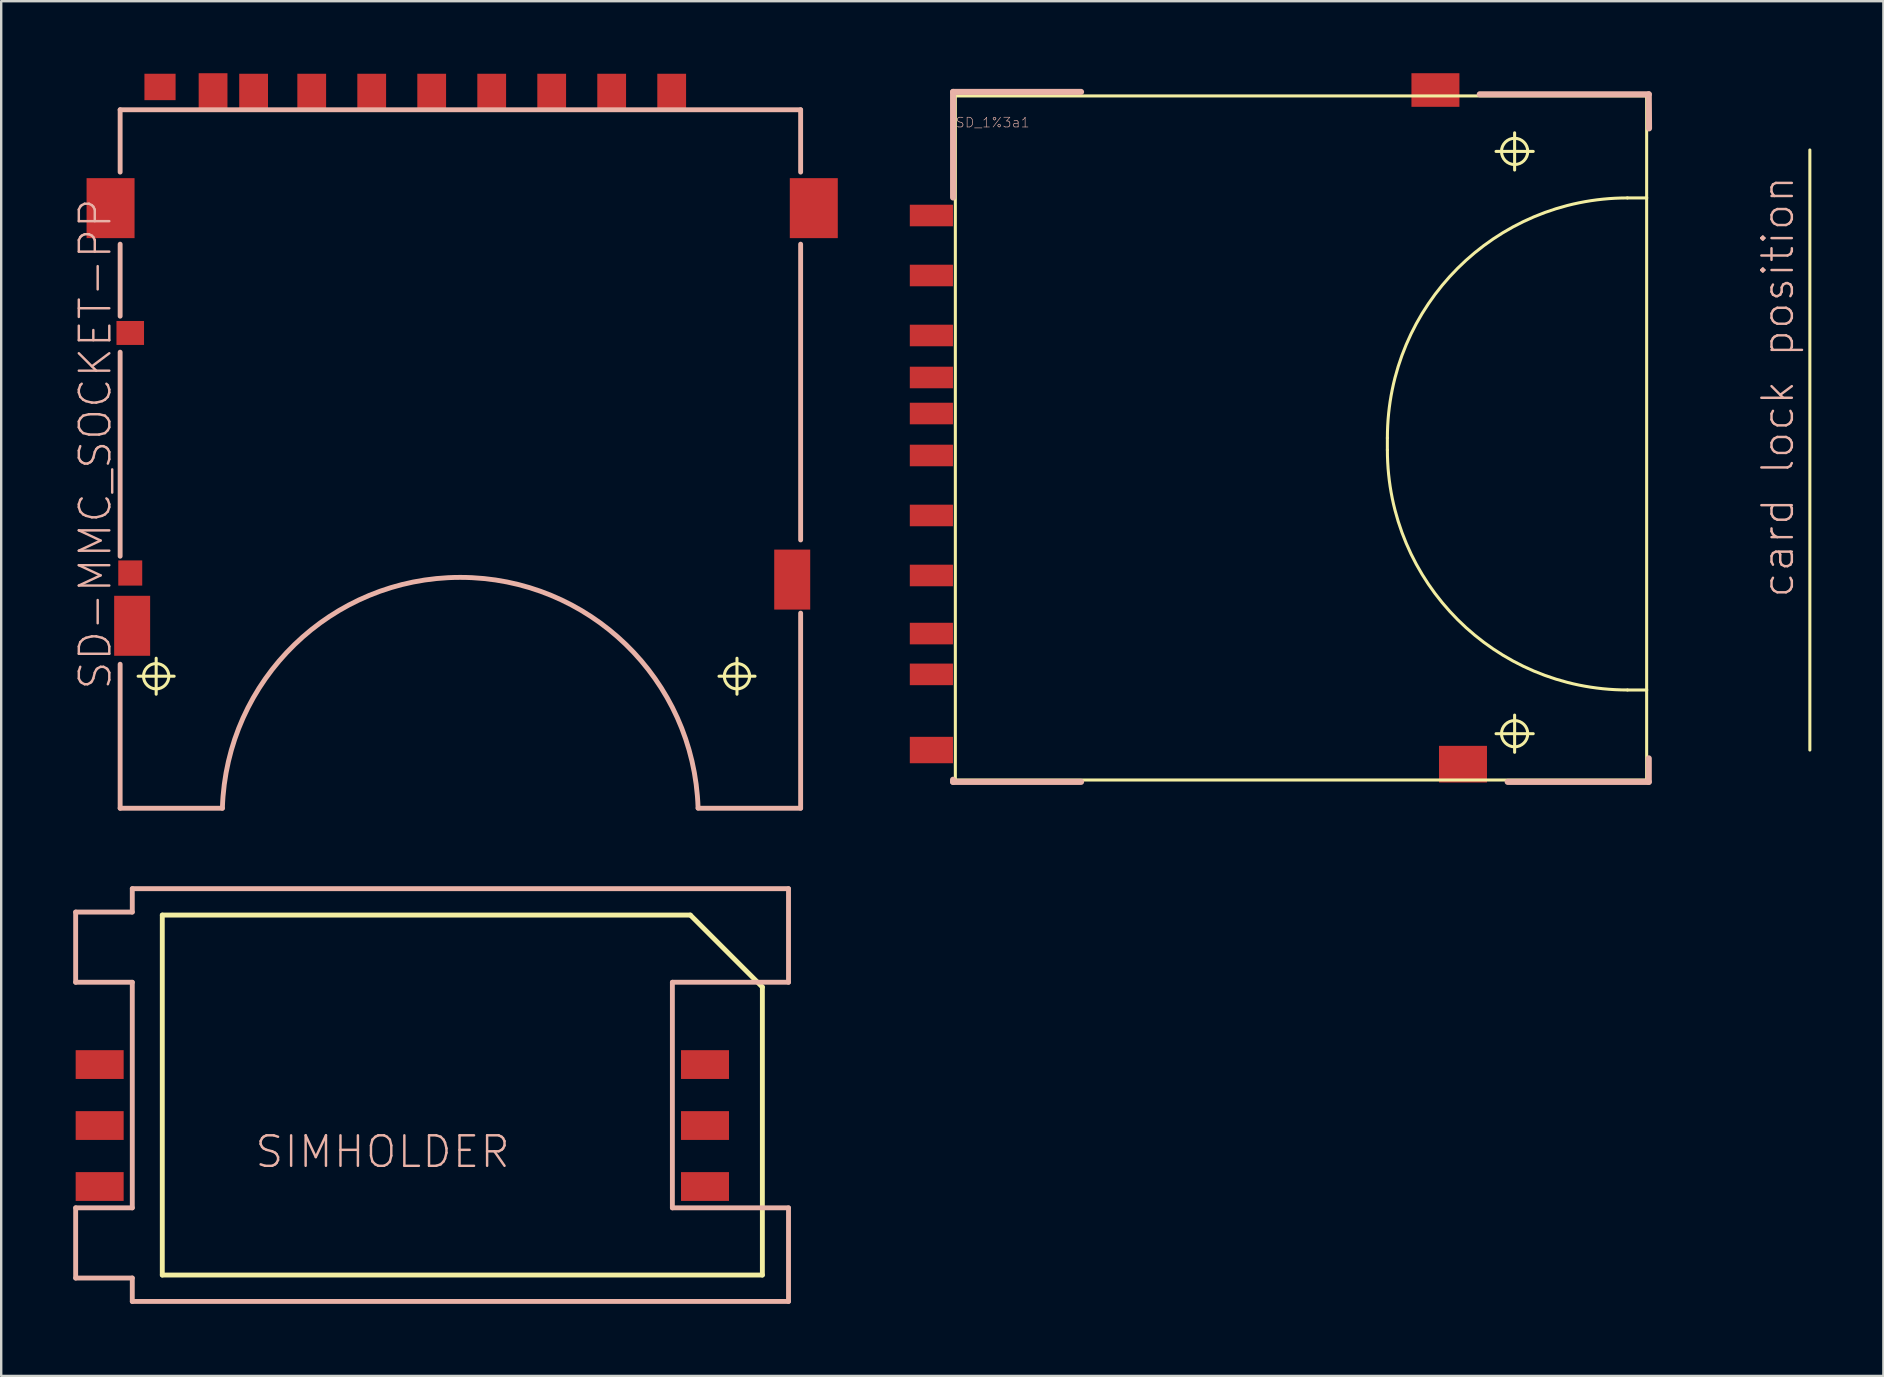
<source format=kicad_pcb>
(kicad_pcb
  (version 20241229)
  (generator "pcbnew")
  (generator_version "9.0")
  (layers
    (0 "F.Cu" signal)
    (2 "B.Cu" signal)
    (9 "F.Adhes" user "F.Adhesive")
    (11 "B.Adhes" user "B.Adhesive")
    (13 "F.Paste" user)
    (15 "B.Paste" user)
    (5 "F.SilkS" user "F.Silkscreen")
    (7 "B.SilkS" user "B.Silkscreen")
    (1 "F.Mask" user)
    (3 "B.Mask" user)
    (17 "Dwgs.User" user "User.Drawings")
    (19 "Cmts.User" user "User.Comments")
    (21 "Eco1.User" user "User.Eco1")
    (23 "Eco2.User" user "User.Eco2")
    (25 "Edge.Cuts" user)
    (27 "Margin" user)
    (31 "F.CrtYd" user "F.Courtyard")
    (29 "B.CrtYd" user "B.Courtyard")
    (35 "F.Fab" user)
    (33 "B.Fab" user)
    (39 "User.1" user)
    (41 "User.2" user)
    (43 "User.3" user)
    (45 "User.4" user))
  (footprint "SD_1%3a1"
    (layer "F.Cu")
    (at 36.749 15.196)
    (property "Reference" "SD_1%3a1" (at 1.554 -13.142 0) (layer "B.SilkS") (effects (font (size 0.406 0.406) (thickness 0.025))))
    (attr smd)
    (fp_line (start 0 -14.249) (end 28.799 -14.249) (stroke (width 0.127) (type solid)) (layer "F.SilkS"))
    (fp_line (start 0 14.249) (end 0 -14.249) (stroke (width 0.127) (type solid)) (layer "F.SilkS"))
    (fp_line (start 17.998 0) (end 17.998 0.498) (stroke (width 0.127) (type solid)) (layer "F.SilkS"))
    (fp_line (start 22.525 -11.938) (end 24.074 -11.938) (stroke (width 0.127) (type solid)) (layer "F.SilkS"))
    (fp_line (start 22.525 12.319) (end 24.074 12.319) (stroke (width 0.127) (type solid)) (layer "F.SilkS"))
    (fp_line (start 23.299 -11.163) (end 23.299 -12.713) (stroke (width 0.127) (type solid)) (layer "F.SilkS"))
    (fp_line (start 23.299 13.094) (end 23.299 11.544) (stroke (width 0.127) (type solid)) (layer "F.SilkS"))
    (fp_line (start 27.998 10.498) (end 28.799 10.498) (stroke (width 0.127) (type solid)) (layer "F.SilkS"))
    (fp_line (start 28.799 -14.249) (end 28.799 -10) (stroke (width 0.127) (type solid)) (layer "F.SilkS"))
    (fp_line (start 28.799 -10) (end 27.998 -10) (stroke (width 0.127) (type solid)) (layer "F.SilkS"))
    (fp_line (start 28.799 -10) (end 28.799 10.498) (stroke (width 0.127) (type solid)) (layer "F.SilkS"))
    (fp_line (start 28.799 10.498) (end 28.799 14.249) (stroke (width 0.127) (type solid)) (layer "F.SilkS"))
    (fp_line (start 28.799 14.249) (end 0 14.249) (stroke (width 0.127) (type solid)) (layer "F.SilkS"))
    (fp_line (start 35.598 -11.999) (end 35.598 13) (stroke (width 0.127) (type solid)) (layer "F.SilkS"))
    (fp_arc (start 17.99844 0) (mid 20.927366 -7.071054) (end 27.99842 -9.99998) (stroke (width 0.127) (type solid)) (layer "F.SilkS"))
    (fp_arc (start 27.99842 10.49782) (mid 20.927366 7.568894) (end 17.99844 0.49784) (stroke (width 0.127) (type solid)) (layer "F.SilkS"))
    (fp_circle (center 23.299 -11.938) (end 23.686 -12.324) (stroke (width 0.127) (type solid)) (fill no) (layer "F.SilkS"))
    (fp_circle (center 23.299 12.319) (end 23.686 12.705) (stroke (width 0.127) (type solid)) (fill no) (layer "F.SilkS"))
    (fp_line (start -0.094 -14.417) (end 5.237 -14.417) (stroke (width 0.254) (type solid)) (layer "B.SilkS"))
    (fp_line (start -0.094 -10.018) (end -0.094 -14.417) (stroke (width 0.254) (type solid)) (layer "B.SilkS"))
    (fp_line (start -0.094 14.237) (end -0.094 14.326) (stroke (width 0.254) (type solid)) (layer "B.SilkS"))
    (fp_line (start -0.094 14.326) (end 5.237 14.326) (stroke (width 0.254) (type solid)) (layer "B.SilkS"))
    (fp_line (start 21.847 -14.318) (end 28.887 -14.318) (stroke (width 0.254) (type solid)) (layer "B.SilkS"))
    (fp_line (start 23.01 14.326) (end 28.887 14.326) (stroke (width 0.254) (type solid)) (layer "B.SilkS"))
    (fp_line (start 28.887 -14.318) (end 28.898 -12.898) (stroke (width 0.254) (type solid)) (layer "B.SilkS"))
    (fp_line (start 28.887 14.326) (end 28.887 13.348) (stroke (width 0.254) (type solid)) (layer "B.SilkS"))
    (fp_text user "card lock position" (at 34.265 -2.129 90) (layer "B.SilkS") (effects (font (size 1.27 1.27) (thickness 0.102))))
    (pad "1" smd rect (at -0.998 -6.769) (size 1.798 0.899) (layers "F.Cu" "F.Mask" "F.Paste"))
    (pad "2" smd rect (at -0.998 -4.27) (size 1.798 0.899) (layers "F.Cu" "F.Mask" "F.Paste"))
    (pad "3" smd rect (at -0.998 -2.52) (size 1.798 0.899) (layers "F.Cu" "F.Mask" "F.Paste"))
    (pad "4" smd rect (at -0.998 0.729) (size 1.798 0.899) (layers "F.Cu" "F.Mask" "F.Paste"))
    (pad "5" smd rect (at -0.998 3.228) (size 1.798 0.899) (layers "F.Cu" "F.Mask" "F.Paste"))
    (pad "6" smd rect (at -0.998 5.728) (size 1.798 0.899) (layers "F.Cu" "F.Mask" "F.Paste"))
    (pad "7" smd rect (at -0.998 8.148) (size 1.798 0.899) (layers "F.Cu" "F.Mask" "F.Paste"))
    (pad "8" smd rect (at -0.998 9.848) (size 1.798 0.899) (layers "F.Cu" "F.Mask" "F.Paste"))
    (pad "9" smd rect (at -0.998 -9.268) (size 1.798 0.899) (layers "F.Cu" "F.Mask" "F.Paste"))
    (pad "CD" smd rect (at -0.998 -1.019) (size 1.798 0.899) (layers "F.Cu" "F.Mask" "F.Paste"))
    (pad "SH@1" smd rect (at 20 -14.496) (size 1.999 1.4) (layers "F.Cu" "F.Mask" "F.Paste"))
    (pad "SH@2" smd rect (at 21.148 13.589) (size 1.999 1.527) (layers "F.Cu" "F.Mask" "F.Paste"))
    (pad "WP" smd rect (at -0.998 13) (size 1.798 1.1) (layers "F.Cu" "F.Mask" "F.Paste")))
  (footprint "SIMHOLDER"
    (layer "F.Cu")
    (at 13.711 42.569)
    (property "Reference" "SIMHOLDER" (at -0.823 2.365 0) (layer "B.SilkS") (effects (font (size 1.27 1.27) (thickness 0.102))))
    (attr smd)
    (fp_line (start -10 -7.498) (end -10 7.498) (stroke (width 0.203) (type solid)) (layer "F.SilkS"))
    (fp_line (start -10 -7.498) (end 11.999 -7.498) (stroke (width 0.203) (type solid)) (layer "F.SilkS"))
    (fp_line (start 11.999 -7.498) (end 14.999 -4.498) (stroke (width 0.203) (type solid)) (layer "F.SilkS"))
    (fp_line (start 14.999 -4.498) (end 14.999 7.498) (stroke (width 0.203) (type solid)) (layer "F.SilkS"))
    (fp_line (start 14.999 7.498) (end -10 7.498) (stroke (width 0.203) (type solid)) (layer "F.SilkS"))
    (fp_line (start -13.609 -7.623) (end -13.609 -4.699) (stroke (width 0.203) (type solid)) (layer "B.SilkS"))
    (fp_line (start -13.609 -4.699) (end -11.25 -4.699) (stroke (width 0.203) (type solid)) (layer "B.SilkS"))
    (fp_line (start -13.609 7.623) (end -13.609 4.699) (stroke (width 0.203) (type solid)) (layer "B.SilkS"))
    (fp_line (start -13.609 7.623) (end -11.25 7.623) (stroke (width 0.203) (type solid)) (layer "B.SilkS"))
    (fp_line (start -11.25 -8.598) (end -11.25 -7.623) (stroke (width 0.203) (type solid)) (layer "B.SilkS"))
    (fp_line (start -11.25 -8.598) (end 16.088 -8.598) (stroke (width 0.203) (type solid)) (layer "B.SilkS"))
    (fp_line (start -11.25 -7.623) (end -13.609 -7.623) (stroke (width 0.203) (type solid)) (layer "B.SilkS"))
    (fp_line (start -11.25 4.699) (end -13.609 4.699) (stroke (width 0.203) (type solid)) (layer "B.SilkS"))
    (fp_line (start -11.25 4.699) (end -11.25 -4.699) (stroke (width 0.203) (type solid)) (layer "B.SilkS"))
    (fp_line (start -11.25 7.623) (end -11.25 8.598) (stroke (width 0.203) (type solid)) (layer "B.SilkS"))
    (fp_line (start 11.25 -4.699) (end 11.25 4.699) (stroke (width 0.203) (type solid)) (layer "B.SilkS"))
    (fp_line (start 11.25 4.699) (end 16.088 4.699) (stroke (width 0.203) (type solid)) (layer "B.SilkS"))
    (fp_line (start 16.088 -8.598) (end 16.088 -4.699) (stroke (width 0.203) (type solid)) (layer "B.SilkS"))
    (fp_line (start 16.088 -4.699) (end 11.25 -4.699) (stroke (width 0.203) (type solid)) (layer "B.SilkS"))
    (fp_line (start 16.088 4.699) (end 16.088 8.598) (stroke (width 0.203) (type solid)) (layer "B.SilkS"))
    (fp_line (start 16.088 8.598) (end -11.25 8.598) (stroke (width 0.203) (type solid)) (layer "B.SilkS"))
    (pad "C1" smd rect (at -12.609 3.81 90) (size 1.199 1.999) (layers "F.Cu" "F.Mask" "F.Paste"))
    (pad "C2" smd rect (at -12.609 1.27 90) (size 1.199 1.999) (layers "F.Cu" "F.Mask" "F.Paste"))
    (pad "C3" smd rect (at -12.609 -1.27 90) (size 1.199 1.999) (layers "F.Cu" "F.Mask" "F.Paste"))
    (pad "C5" smd rect (at 12.609 3.81 90) (size 1.199 1.999) (layers "F.Cu" "F.Mask" "F.Paste"))
    (pad "C6" smd rect (at 12.609 1.27 90) (size 1.199 1.999) (layers "F.Cu" "F.Mask" "F.Paste"))
    (pad "C7" smd rect (at 12.609 -1.27 90) (size 1.199 1.999) (layers "F.Cu" "F.Mask" "F.Paste")))
  (footprint "SD-MMC_SOCKET-PP"
    (layer "F.Cu")
    (at 15.554 30.62)
    (property "Reference" "SD-MMC_SOCKET-PP" (at -14.633 -15.174 90) (layer "B.SilkS") (effects (font (size 1.27 1.27) (thickness 0.102))))
    (attr smd)
    (fp_line (start -12.85 -5.499) (end -11.349 -5.499) (stroke (width 0.127) (type solid)) (layer "F.SilkS"))
    (fp_line (start -12.098 -4.75) (end -12.098 -6.248) (stroke (width 0.127) (type solid)) (layer "F.SilkS"))
    (fp_line (start 11.349 -5.499) (end 12.85 -5.499) (stroke (width 0.127) (type solid)) (layer "F.SilkS"))
    (fp_line (start 12.098 -4.75) (end 12.098 -6.248) (stroke (width 0.127) (type solid)) (layer "F.SilkS"))
    (fp_circle (center -12.098 -5.499) (end -12.471 -5.872) (stroke (width 0.127) (type solid)) (fill no) (layer "F.SilkS"))
    (fp_circle (center 12.098 -5.499) (end 12.471 -5.872) (stroke (width 0.127) (type solid)) (fill no) (layer "F.SilkS"))
    (fp_line (start -13.599 -29.098) (end 14.75 -29.098) (stroke (width 0.203) (type solid)) (layer "B.SilkS"))
    (fp_line (start -13.599 -26.5) (end -13.599 -29.098) (stroke (width 0.203) (type solid)) (layer "B.SilkS"))
    (fp_line (start -13.599 -20.498) (end -13.599 -23.498) (stroke (width 0.203) (type solid)) (layer "B.SilkS"))
    (fp_line (start -13.599 -10.498) (end -13.599 -18.999) (stroke (width 0.203) (type solid)) (layer "B.SilkS"))
    (fp_line (start -13.599 -5.999) (end -13.599 0) (stroke (width 0.203) (type solid)) (layer "B.SilkS"))
    (fp_line (start -13.599 0) (end -9.34 0) (stroke (width 0.203) (type solid)) (layer "B.SilkS"))
    (fp_line (start 10.477 0) (end 14.75 0) (stroke (width 0.203) (type solid)) (layer "B.SilkS"))
    (fp_line (start 14.75 -29.098) (end 14.75 -26.5) (stroke (width 0.203) (type solid)) (layer "B.SilkS"))
    (fp_line (start 14.75 -11.176) (end 14.75 -23.498) (stroke (width 0.203) (type solid)) (layer "B.SilkS"))
    (fp_line (start 14.75 0) (end 14.75 -8.128) (stroke (width 0.203) (type solid)) (layer "B.SilkS"))
    (fp_arc (start -9.33958 0) (mid 0.563409 -9.615814) (end 10.477161 -0.011096) (stroke (width 0.2032) (type solid)) (layer "B.SilkS"))
    (pad "1" smd rect (at 6.878 -29.848) (size 1.199 1.499) (layers "F.Cu" "F.Mask" "F.Paste"))
    (pad "2" smd rect (at 4.379 -29.848) (size 1.199 1.499) (layers "F.Cu" "F.Mask" "F.Paste"))
    (pad "3" smd rect (at 1.88 -29.848) (size 1.199 1.499) (layers "F.Cu" "F.Mask" "F.Paste"))
    (pad "4" smd rect (at -0.62 -29.848) (size 1.199 1.499) (layers "F.Cu" "F.Mask" "F.Paste"))
    (pad "5" smd rect (at -3.119 -29.848) (size 1.199 1.499) (layers "F.Cu" "F.Mask" "F.Paste"))
    (pad "6" smd rect (at -5.618 -29.848) (size 1.199 1.499) (layers "F.Cu" "F.Mask" "F.Paste"))
    (pad "7" smd rect (at -8.039 -29.848) (size 1.199 1.499) (layers "F.Cu" "F.Mask" "F.Paste"))
    (pad "8" smd rect (at -9.728 -29.87) (size 1.199 1.499) (layers "F.Cu" "F.Mask" "F.Paste"))
    (pad "9" smd rect (at 9.378 -29.848) (size 1.199 1.499) (layers "F.Cu" "F.Mask" "F.Paste"))
    (pad "12" smd rect (at -13.099 -7.6) (size 1.499 2.499) (layers "F.Cu" "F.Mask" "F.Paste"))
    (pad "13" smd rect (at 14.399 -9.525) (size 1.499 2.499) (layers "F.Cu" "F.Mask" "F.Paste"))
    (pad "14" smd rect (at -13.998 -24.999) (size 1.999 2.499) (layers "F.Cu" "F.Mask" "F.Paste"))
    (pad "15" smd rect (at 15.298 -24.999) (size 1.999 2.499) (layers "F.Cu" "F.Mask" "F.Paste"))
    (pad "CD" smd rect (at -13.178 -19.799) (size 1.148 0.998) (layers "F.Cu" "F.Mask" "F.Paste"))
    (pad "SW" smd rect (at -11.938 -30.048) (size 1.298 1.1) (layers "F.Cu" "F.Mask" "F.Paste"))
    (pad "WP" smd rect (at -13.178 -9.799) (size 0.998 1.049) (layers "F.Cu" "F.Mask" "F.Paste")))
  (gr_rect
    (start -3 -3)
    (end 75.411 54.269)
    (stroke (width 0.1) (type default))
    (fill no)
    (layer "Edge.Cuts")))
</source>
